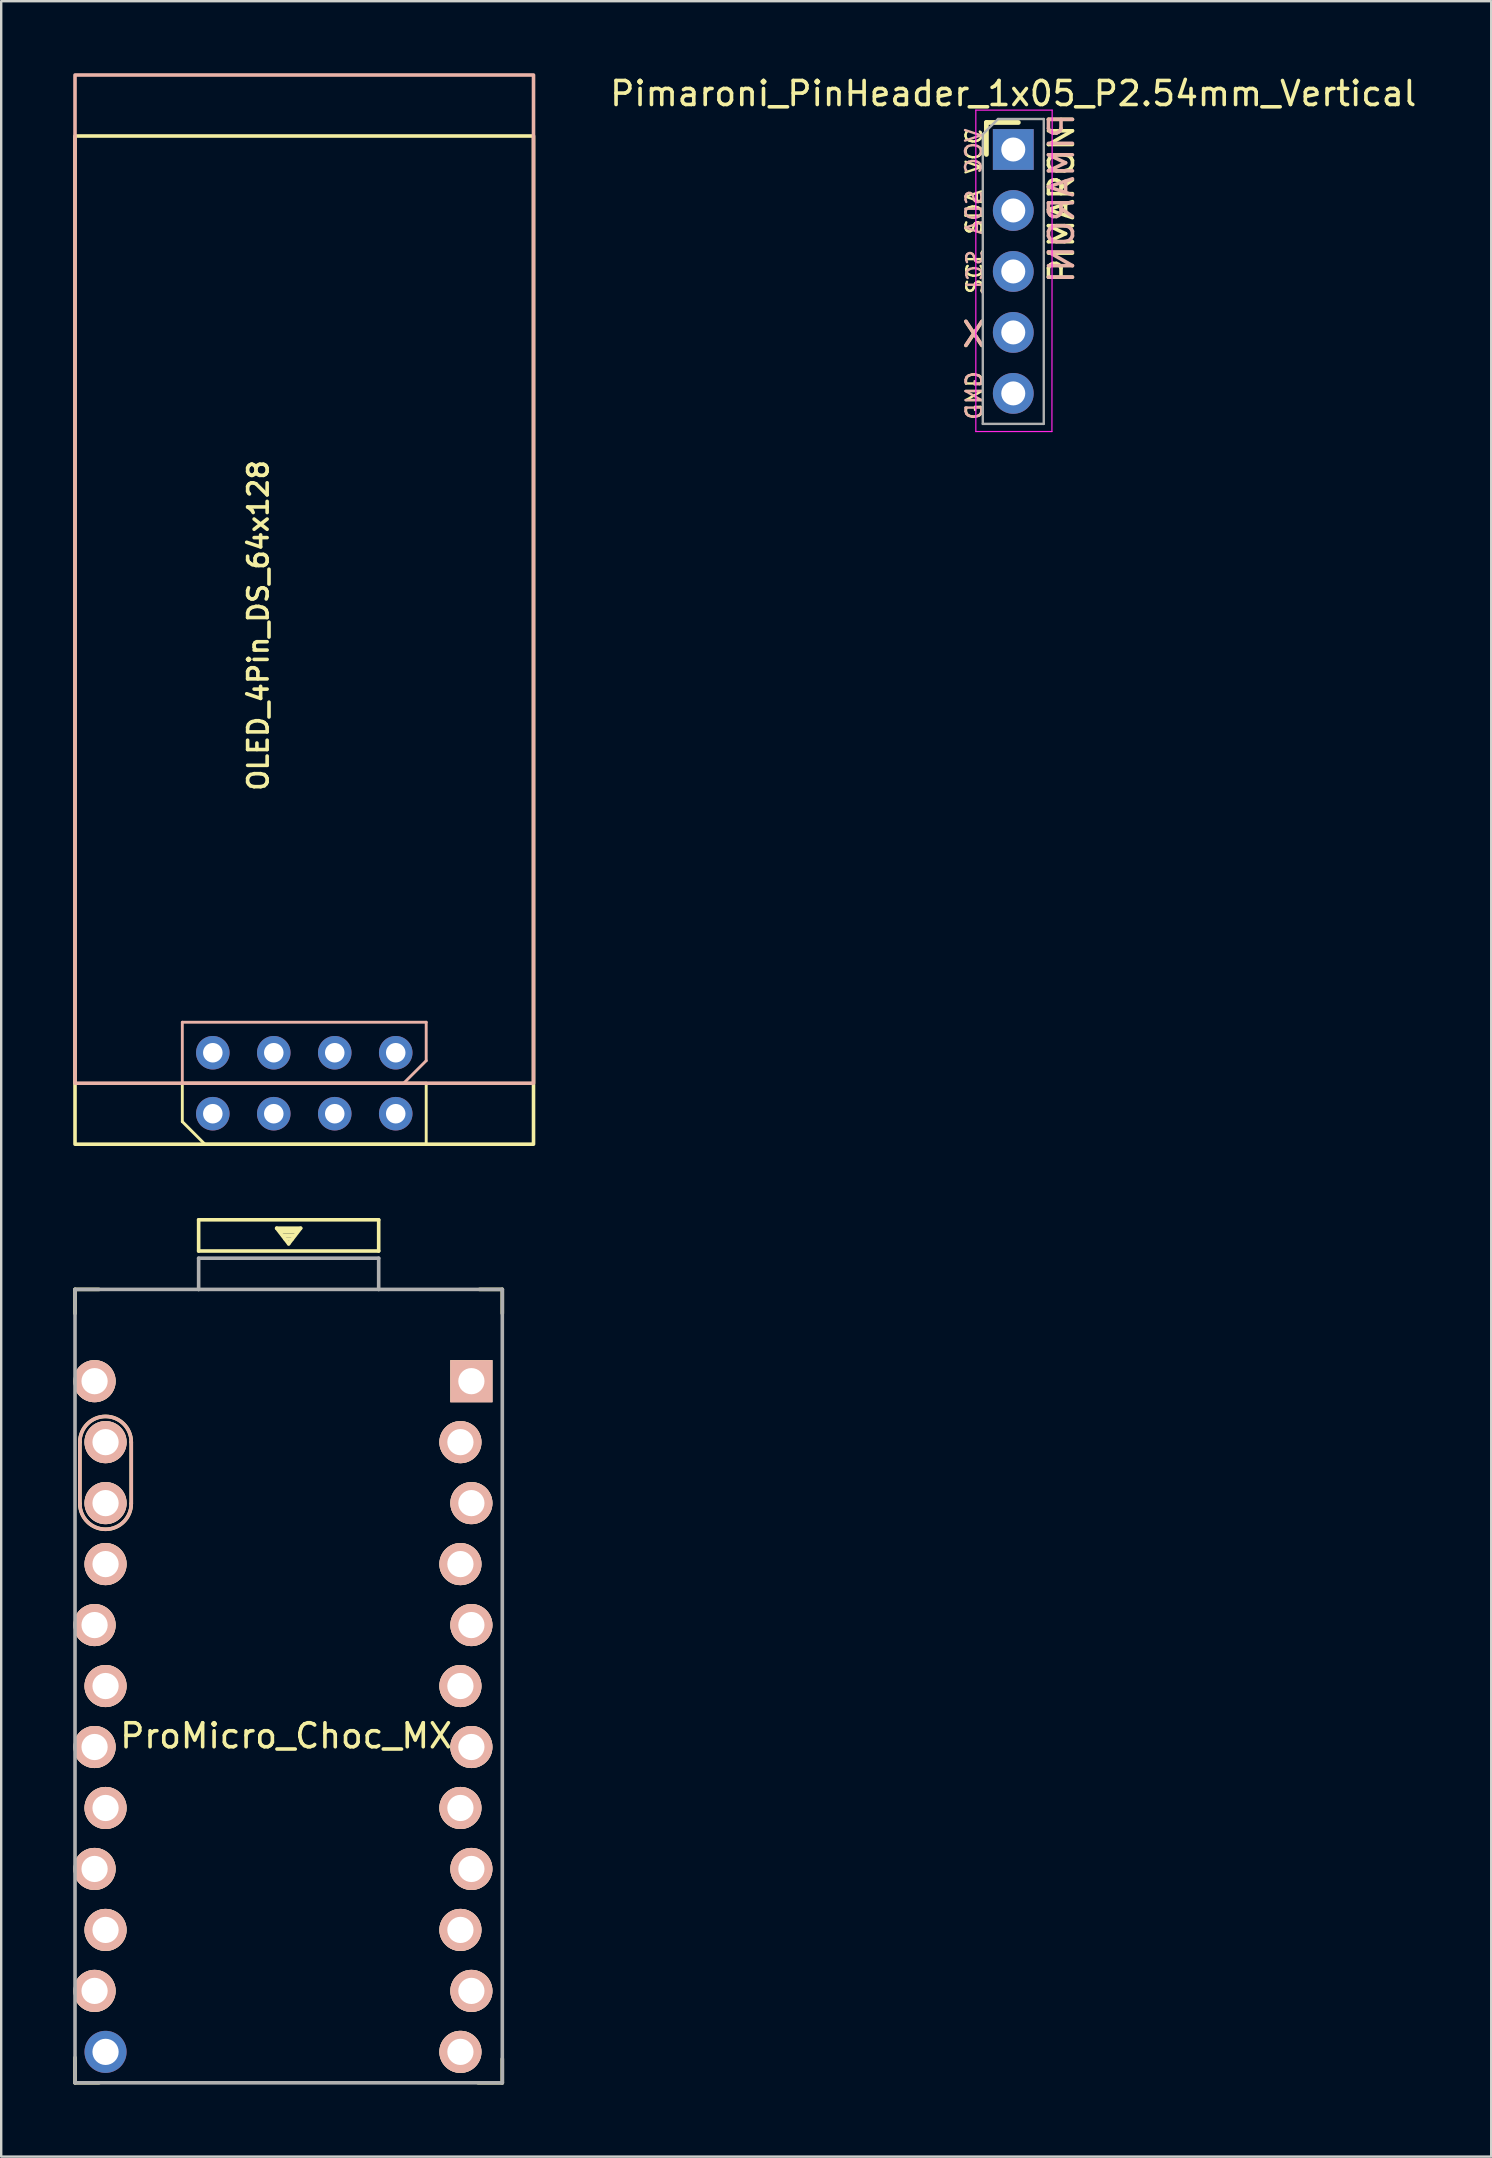
<source format=kicad_pcb>
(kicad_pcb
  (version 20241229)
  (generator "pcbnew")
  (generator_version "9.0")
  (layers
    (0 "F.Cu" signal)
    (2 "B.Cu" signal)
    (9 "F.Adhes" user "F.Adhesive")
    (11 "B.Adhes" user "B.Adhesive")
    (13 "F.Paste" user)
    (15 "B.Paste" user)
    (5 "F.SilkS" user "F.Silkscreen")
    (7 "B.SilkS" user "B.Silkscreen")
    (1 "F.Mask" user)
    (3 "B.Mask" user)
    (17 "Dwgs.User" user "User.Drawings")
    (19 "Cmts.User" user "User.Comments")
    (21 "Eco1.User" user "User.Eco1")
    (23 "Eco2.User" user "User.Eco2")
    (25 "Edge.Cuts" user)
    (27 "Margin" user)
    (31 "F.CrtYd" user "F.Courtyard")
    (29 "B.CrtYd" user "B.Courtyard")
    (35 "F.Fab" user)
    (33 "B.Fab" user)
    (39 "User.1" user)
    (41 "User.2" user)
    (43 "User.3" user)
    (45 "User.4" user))
  (footprint "ProMicro_Choc_MX"
    (layer "F.Cu")
    (at 8.868 68.061)
    (property "Reference" "ProMicro_Choc_MX" (at 0 1.2 0) (layer "F.SilkS") (effects (font (size 1 1) (thickness 0.15))))
    (attr through_hole)
    (fp_line (start -8.793 -17.396) (end -8.793 -16.396) (stroke (width 0.15) (type solid)) (layer "F.SilkS"))
    (fp_line (start -8.793 -17.396) (end -7.793 -17.396) (stroke (width 0.15) (type solid)) (layer "F.SilkS"))
    (fp_line (start -8.793 14.604) (end -8.793 15.654) (stroke (width 0.15) (type solid)) (layer "F.SilkS"))
    (fp_line (start -8.793 15.654) (end -7.793 15.654) (stroke (width 0.15) (type solid)) (layer "F.SilkS"))
    (fp_line (start -8.592 -11.034) (end -8.592 -8.475) (stroke (width 0.15) (type default)) (layer "F.SilkS"))
    (fp_line (start -6.45 -8.475) (end -6.45 -11.034) (stroke (width 0.15) (type default)) (layer "F.SilkS"))
    (fp_line (start -3.643 -20.296) (end -3.643 -18.996) (stroke (width 0.15) (type solid)) (layer "F.SilkS"))
    (fp_line (start -3.643 -18.996) (end 3.857 -18.996) (stroke (width 0.15) (type solid)) (layer "F.SilkS"))
    (fp_line (start -0.393 -19.946) (end 0.607 -19.946) (stroke (width 0.15) (type solid)) (layer "F.SilkS"))
    (fp_line (start -0.243 -19.796) (end 0.457 -19.796) (stroke (width 0.15) (type solid)) (layer "F.SilkS"))
    (fp_line (start -0.143 -19.646) (end 0.357 -19.646) (stroke (width 0.15) (type solid)) (layer "F.SilkS"))
    (fp_line (start -0.043 -19.496) (end 0.257 -19.496) (stroke (width 0.15) (type solid)) (layer "F.SilkS"))
    (fp_line (start 0.107 -19.296) (end -0.393 -19.946) (stroke (width 0.15) (type solid)) (layer "F.SilkS"))
    (fp_line (start 0.607 -19.946) (end 0.107 -19.296) (stroke (width 0.15) (type solid)) (layer "F.SilkS"))
    (fp_line (start 3.857 -20.296) (end -3.643 -20.296) (stroke (width 0.15) (type solid)) (layer "F.SilkS"))
    (fp_line (start 3.857 -18.996) (end 3.857 -20.296) (stroke (width 0.15) (type solid)) (layer "F.SilkS"))
    (fp_line (start 9.007 -17.396) (end 8.057 -17.396) (stroke (width 0.15) (type solid)) (layer "F.SilkS"))
    (fp_line (start 9.007 -17.396) (end 9.007 -16.396) (stroke (width 0.15) (type solid)) (layer "F.SilkS"))
    (fp_line (start 9.007 14.654) (end 9.007 15.654) (stroke (width 0.15) (type solid)) (layer "F.SilkS"))
    (fp_line (start 9.007 15.654) (end 7.997 15.654) (stroke (width 0.15) (type solid)) (layer "F.SilkS"))
    (fp_arc (start -8.592409 -11.034255) (mid -7.521185 -12.105479) (end -6.449961 -11.034255) (stroke (width 0.15) (type default)) (layer "F.SilkS"))
    (fp_arc (start -6.449961 -8.475) (mid -7.521185 -7.403776) (end -8.592409 -8.475) (stroke (width 0.15) (type default)) (layer "F.SilkS"))
    (fp_line (start -8.592 -8.475) (end -8.592 -11.034) (stroke (width 0.15) (type default)) (layer "B.SilkS"))
    (fp_line (start -6.45 -11.034) (end -6.45 -8.475) (stroke (width 0.15) (type default)) (layer "B.SilkS"))
    (fp_arc (start -8.592409 -11.034255) (mid -7.521185 -12.105479) (end -6.449961 -11.034255) (stroke (width 0.15) (type default)) (layer "B.SilkS"))
    (fp_arc (start -6.449961 -8.475) (mid -7.521185 -7.403776) (end -8.592409 -8.475) (stroke (width 0.15) (type default)) (layer "B.SilkS"))
    (fp_line (start -8.793 -17.396) (end -3.643 -17.396) (stroke (width 0.15) (type solid)) (layer "F.Fab"))
    (fp_line (start -8.793 15.654) (end -8.793 -17.396) (stroke (width 0.15) (type solid)) (layer "F.Fab"))
    (fp_line (start -3.643 -18.696) (end -3.643 -17.395) (stroke (width 0.15) (type solid)) (layer "F.Fab"))
    (fp_line (start -3.643 -18.696) (end 3.857 -18.696) (stroke (width 0.15) (type solid)) (layer "F.Fab"))
    (fp_line (start -3.643 -17.396) (end 3.857 -17.396) (stroke (width 0.15) (type solid)) (layer "F.Fab"))
    (fp_line (start 3.857 -18.696) (end 3.857 -17.396) (stroke (width 0.15) (type solid)) (layer "F.Fab"))
    (fp_line (start 3.867 -17.396) (end 9.007 -17.396) (stroke (width 0.15) (type solid)) (layer "F.Fab"))
    (fp_line (start 9.007 -17.396) (end 9.007 15.654) (stroke (width 0.15) (type solid)) (layer "F.Fab"))
    (fp_line (start 9.007 15.654) (end -8.793 15.654) (stroke (width 0.15) (type solid)) (layer "F.Fab"))
    (fp_line (start -8.791 -17.384) (end -8.791 15.636) (stroke (width 0.15) (type solid)) (layer "User.1"))
    (fp_line (start -8.791 -14.844) (end -8.791 15.636) (stroke (width 0.15) (type solid)) (layer "User.1"))
    (fp_line (start -8.791 15.636) (end -6.251 15.636) (stroke (width 0.15) (type solid)) (layer "User.1"))
    (fp_line (start -6.251 -14.844) (end -8.791 -14.844) (stroke (width 0.15) (type solid)) (layer "User.1"))
    (fp_line (start -6.251 15.636) (end -6.251 -14.844) (stroke (width 0.15) (type solid)) (layer "User.1"))
    (fp_line (start 6.449 -14.844) (end 6.449 15.636) (stroke (width 0.15) (type solid)) (layer "User.1"))
    (fp_line (start 6.449 15.636) (end 8.989 15.636) (stroke (width 0.15) (type solid)) (layer "User.1"))
    (fp_line (start 8.989 -17.384) (end -8.791 -17.384) (stroke (width 0.15) (type solid)) (layer "User.1"))
    (fp_line (start 8.989 -14.844) (end 6.449 -14.844) (stroke (width 0.15) (type solid)) (layer "User.1"))
    (fp_line (start 8.989 15.636) (end 8.989 -17.384) (stroke (width 0.15) (type solid)) (layer "User.1"))
    (fp_line (start 8.989 15.636) (end 8.989 -14.844) (stroke (width 0.15) (type solid)) (layer "User.1"))
    (pad "1" thru_hole rect (at 7.719 -13.574 90) (size 1.753 1.753) (drill 1.092) (layers "*.Cu" "*.SilkS" "*.Mask"))
    (pad "2" thru_hole circle (at 7.262 -11.034 90) (size 1.753 1.753) (drill 1.092) (layers "*.Cu" "*.SilkS" "*.Mask"))
    (pad "3" thru_hole circle (at 7.719 -8.494 90) (size 1.753 1.753) (drill 1.092) (layers "*.Cu" "*.SilkS" "*.Mask"))
    (pad "4" thru_hole circle (at 7.262 -5.954 90) (size 1.753 1.753) (drill 1.092) (layers "*.Cu" "*.SilkS" "*.Mask"))
    (pad "5" thru_hole circle (at 7.719 -3.414 90) (size 1.753 1.753) (drill 1.092) (layers "*.Cu" "*.SilkS" "*.Mask"))
    (pad "6" thru_hole circle (at 7.262 -0.874 90) (size 1.753 1.753) (drill 1.092) (layers "*.Cu" "*.SilkS" "*.Mask"))
    (pad "7" thru_hole circle (at 7.719 1.666 90) (size 1.753 1.753) (drill 1.092) (layers "*.Cu" "*.SilkS" "*.Mask"))
    (pad "8" thru_hole circle (at 7.262 4.206 90) (size 1.753 1.753) (drill 1.092) (layers "*.Cu" "*.SilkS" "*.Mask"))
    (pad "9" thru_hole circle (at 7.719 6.746 90) (size 1.753 1.753) (drill 1.092) (layers "*.Cu" "*.SilkS" "*.Mask"))
    (pad "10" thru_hole circle (at 7.262 9.286 90) (size 1.753 1.753) (drill 1.092) (layers "*.Cu" "*.SilkS" "*.Mask"))
    (pad "11" thru_hole circle (at 7.719 11.826 90) (size 1.753 1.753) (drill 1.092) (layers "*.Cu" "*.SilkS" "*.Mask"))
    (pad "12" thru_hole circle (at 7.262 14.366 90) (size 1.753 1.753) (drill 1.092) (layers "*.Cu" "*.SilkS" "*.Mask"))
    (pad "13" thru_hole circle (at -7.521 14.366 90) (size 1.753 1.753) (drill 1.092) (layers "*.Cu" "*.Mask"))
    (pad "14" thru_hole circle (at -7.978 11.826 90) (size 1.753 1.753) (drill 1.092) (layers "*.Cu" "*.SilkS" "*.Mask"))
    (pad "15" thru_hole circle (at -7.521 9.286 90) (size 1.753 1.753) (drill 1.092) (layers "*.Cu" "*.SilkS" "*.Mask"))
    (pad "16" thru_hole circle (at -7.978 6.746 90) (size 1.753 1.753) (drill 1.092) (layers "*.Cu" "*.SilkS" "*.Mask"))
    (pad "17" thru_hole circle (at -7.521 4.206 90) (size 1.753 1.753) (drill 1.092) (layers "*.Cu" "*.SilkS" "*.Mask"))
    (pad "18" thru_hole circle (at -7.978 1.666 90) (size 1.753 1.753) (drill 1.092) (layers "*.Cu" "*.SilkS" "*.Mask"))
    (pad "19" thru_hole circle (at -7.521 -0.874 90) (size 1.753 1.753) (drill 1.092) (layers "*.Cu" "*.SilkS" "*.Mask"))
    (pad "20" thru_hole circle (at -7.978 -3.414 90) (size 1.753 1.753) (drill 1.092) (layers "*.Cu" "*.SilkS" "*.Mask"))
    (pad "21" thru_hole circle (at -7.521 -5.954 90) (size 1.753 1.753) (drill 1.092) (layers "*.Cu" "*.SilkS" "*.Mask"))
    (pad "22" thru_hole circle (at -7.521 -8.494 90) (size 1.753 1.753) (drill 1.092) (layers "*.Cu" "*.SilkS" "*.Mask"))
    (pad "23" thru_hole circle (at -7.521 -11.034 180) (size 1.524 1.524) (drill 0.813) (layers "*.Cu" "*.Mask" "B.SilkS"))
    (pad "23" thru_hole circle (at -7.521 -11.034 90) (size 1.753 1.753) (drill 1.092) (layers "*.Cu" "*.SilkS" "*.Mask"))
    (pad "24" thru_hole circle (at -7.978 -13.574 90) (size 1.753 1.753) (drill 1.092) (layers "*.Cu" "*.SilkS" "*.Mask")))
  (footprint "OLED_4Pin_DS_64x128"
    (layer "F.Cu")
    (at 9.625 21.075)
    (property "Reference" "OLED_4Pin_DS_64x128" (at -1.915 1.93 90) (layer "F.SilkS") (effects (font (size 0.813 0.813) (thickness 0.15))))
    (attr through_hole)
    (fp_line (start -5.08 21) (end 5.08 21) (stroke (width 0.12) (type default)) (layer "F.SilkS"))
    (fp_line (start -5.08 22.601) (end -5.08 21) (stroke (width 0.12) (type default)) (layer "F.SilkS"))
    (fp_line (start -5.08 22.601) (end -4.14 23.54) (stroke (width 0.12) (type default)) (layer "F.SilkS"))
    (fp_line (start 5.08 21) (end 5.08 23.54) (stroke (width 0.12) (type default)) (layer "F.SilkS"))
    (fp_line (start 5.08 23.54) (end -4.14 23.54) (stroke (width 0.12) (type default)) (layer "F.SilkS"))
    (fp_rect (start -9.55 -18.46) (end 9.55 23.54) (stroke (width 0.15) (type default)) (fill no) (layer "F.SilkS"))
    (fp_line (start -5.08 18.46) (end -5.08 21) (stroke (width 0.12) (type default)) (layer "B.SilkS"))
    (fp_line (start -5.08 21) (end 4.14 21) (stroke (width 0.12) (type default)) (layer "B.SilkS"))
    (fp_line (start 5.08 18.46) (end -5.08 18.46) (stroke (width 0.12) (type default)) (layer "B.SilkS"))
    (fp_line (start 5.08 20.061) (end 4.14 21) (stroke (width 0.12) (type default)) (layer "B.SilkS"))
    (fp_line (start 5.08 20.061) (end 5.08 18.46) (stroke (width 0.12) (type default)) (layer "B.SilkS"))
    (fp_rect (start 9.55 -21) (end -9.55 21) (stroke (width 0.15) (type default)) (fill no) (layer "B.SilkS"))
    (pad "1" thru_hole circle (at -3.81 22.27) (size 1.397 1.397) (drill 0.813) (layers "*.Cu" "B.Mask"))
    (pad "1" thru_hole circle (at 3.81 19.73) (size 1.397 1.397) (drill 0.813) (layers "*.Cu" "F.Mask"))
    (pad "2" thru_hole circle (at -1.27 22.27) (size 1.397 1.397) (drill 0.813) (layers "*.Cu" "B.Mask"))
    (pad "2" thru_hole circle (at 1.27 19.73) (size 1.397 1.397) (drill 0.813) (layers "*.Cu" "F.Mask"))
    (pad "3" thru_hole circle (at -1.27 19.73) (size 1.397 1.397) (drill 0.813) (layers "*.Cu" "F.Mask"))
    (pad "3" thru_hole circle (at 1.27 22.27) (size 1.397 1.397) (drill 0.813) (layers "*.Cu" "B.Mask"))
    (pad "4" thru_hole circle (at -3.81 19.73) (size 1.397 1.397) (drill 0.813) (layers "*.Cu" "F.Mask"))
    (pad "4" thru_hole circle (at 3.81 22.27) (size 1.397 1.397) (drill 0.813) (layers "*.Cu" "B.Mask")))
  (footprint "Pimaroni_PinHeader_1x05_P2.54mm_Vertical"
    (layer "F.Cu")
    (at 39.161 3.178)
    (property "Reference" "Pimaroni_PinHeader_1x05_P2.54mm_Vertical" (at 0 -2.33 0) (layer "F.SilkS") (effects (font (size 1 1) (thickness 0.15))))
    (attr through_hole)
    (fp_line (start -1.12 -1.125) (end 0.21 -1.125) (stroke (width 0.2) (type solid)) (layer "F.SilkS"))
    (fp_line (start -1.12 0.205) (end -1.12 -1.125) (stroke (width 0.2) (type solid)) (layer "F.SilkS"))
    (fp_line (start -1.56 -1.64) (end -1.56 11.75) (stroke (width 0.05) (type solid)) (layer "F.CrtYd"))
    (fp_line (start -1.56 11.75) (end 1.61 11.75) (stroke (width 0.05) (type solid)) (layer "F.CrtYd"))
    (fp_line (start 1.62 -1.64) (end -1.56 -1.64) (stroke (width 0.05) (type solid)) (layer "F.CrtYd"))
    (fp_line (start 1.62 -1.64) (end 1.61 11.75) (stroke (width 0.05) (type solid)) (layer "F.CrtYd"))
    (fp_line (start -1.27 -0.635) (end -0.635 -1.27) (stroke (width 0.1) (type solid)) (layer "F.Fab"))
    (fp_line (start -1.27 11.43) (end -1.27 -0.635) (stroke (width 0.1) (type solid)) (layer "F.Fab"))
    (fp_line (start -0.635 -1.27) (end 1.27 -1.27) (stroke (width 0.1) (type solid)) (layer "F.Fab"))
    (fp_line (start 1.27 -1.27) (end 1.27 11.43) (stroke (width 0.1) (type solid)) (layer "F.Fab"))
    (fp_line (start 1.27 11.43) (end -1.27 11.43) (stroke (width 0.1) (type solid)) (layer "F.Fab"))
    (fp_text user "GND" (at -1.61 10.25 90) (layer "F.SilkS") (effects (font (size 0.66 0.66) (thickness 0.1))))
    (fp_text user "SCL" (at -1.6 5.1 90) (layer "F.SilkS") (effects (font (size 0.66 0.66) (thickness 0.1))))
    (fp_text user "X" (at -1.64 7.71 0) (layer "F.SilkS") (effects (font (size 1 1) (thickness 0.15))))
    (fp_text user "PIMARONI" (at 2.01 2.03 90) (layer "F.SilkS") (effects (font (size 1 1) (thickness 0.15))))
    (fp_text user "VCC" (at -1.63 0.07 90) (layer "F.SilkS") (effects (font (size 0.66 0.66) (thickness 0.1))))
    (fp_text user "SDA" (at -1.63 2.61 90) (layer "F.SilkS") (effects (font (size 0.66 0.66) (thickness 0.1))))
    (fp_text user "GND" (at -1.63 10.25 90) (layer "B.SilkS") (effects (font (size 0.66 0.66) (thickness 0.1)) (justify mirror)))
    (fp_text user "SCL" (at -1.6 5.1 90) (layer "B.SilkS") (effects (font (size 0.66 0.66) (thickness 0.1)) (justify mirror)))
    (fp_text user "VCC" (at -1.65 0.07 90) (layer "B.SilkS") (effects (font (size 0.66 0.66) (thickness 0.1)) (justify mirror)))
    (fp_text user "X" (at -1.64 7.7 0) (layer "B.SilkS") (effects (font (size 1 1) (thickness 0.15)) (justify mirror)))
    (fp_text user "SDA" (at -1.63 2.61 90) (layer "B.SilkS") (effects (font (size 0.66 0.66) (thickness 0.1)) (justify mirror)))
    (fp_text user "PIMARONI" (at 2.01 2.03 270) (layer "B.SilkS") (effects (font (size 1 1) (thickness 0.15)) (justify mirror)))
    (pad "1" thru_hole rect (at 0 0) (size 1.7 1.7) (drill 1) (layers "*.Cu" "*.Mask"))
    (pad "2" thru_hole oval (at 0 2.54) (size 1.7 1.7) (drill 1) (layers "*.Cu" "*.Mask"))
    (pad "3" thru_hole oval (at 0 5.08) (size 1.7 1.7) (drill 1) (layers "*.Cu" "*.Mask"))
    (pad "4" thru_hole oval (at 0 7.62) (size 1.7 1.7) (drill 1) (layers "*.Cu" "*.Mask"))
    (pad "5" thru_hole oval (at 0 10.16) (size 1.7 1.7) (drill 1) (layers "*.Cu" "*.Mask")))
  (gr_rect
    (start -3 -3)
    (end 59.071 86.79)
    (stroke (width 0.1) (type default))
    (fill no)
    (layer "Edge.Cuts")))
</source>
